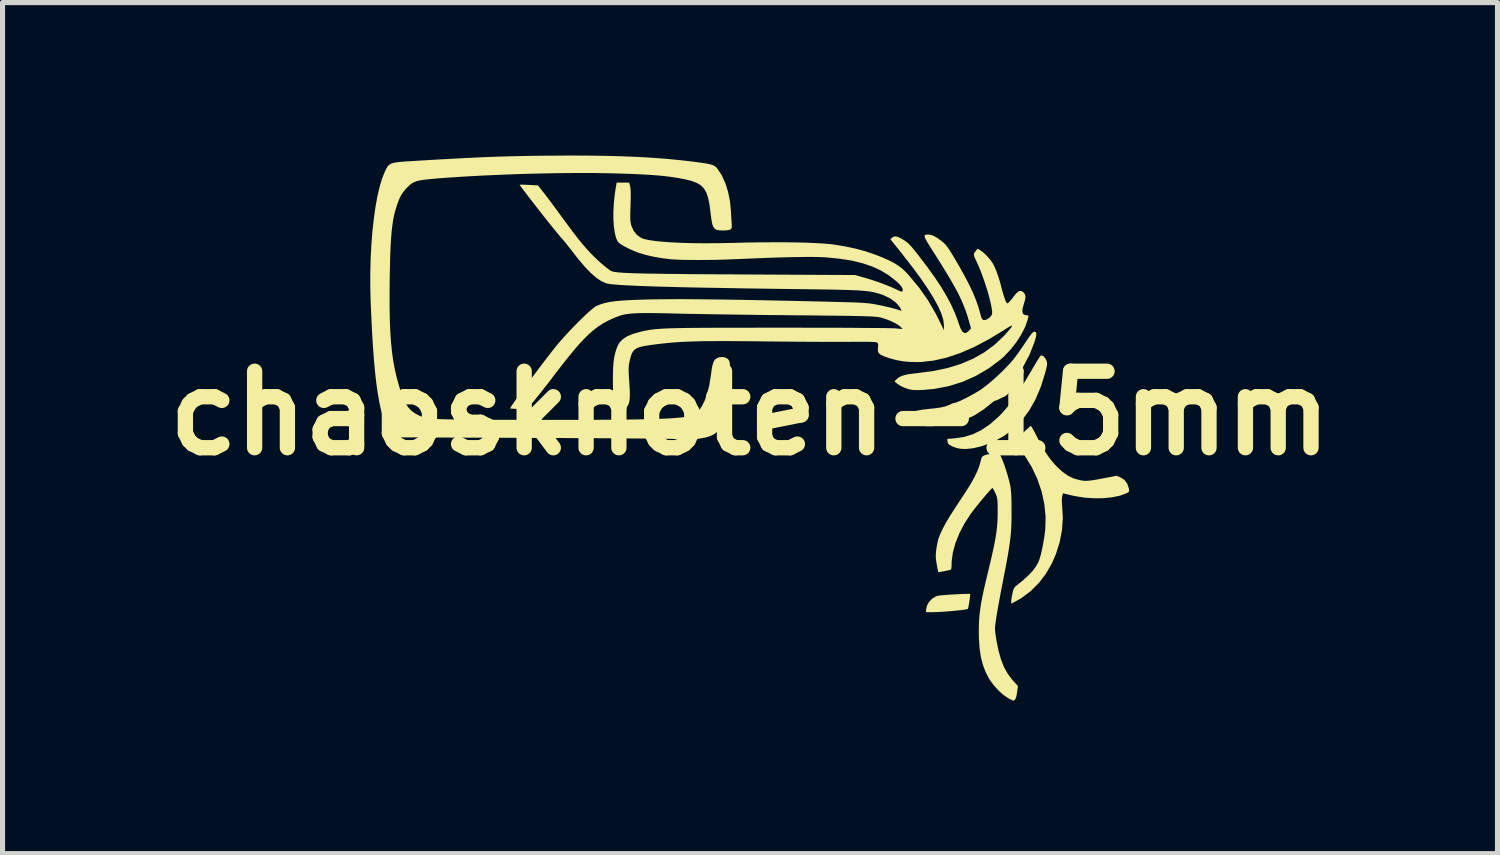
<source format=kicad_pcb>
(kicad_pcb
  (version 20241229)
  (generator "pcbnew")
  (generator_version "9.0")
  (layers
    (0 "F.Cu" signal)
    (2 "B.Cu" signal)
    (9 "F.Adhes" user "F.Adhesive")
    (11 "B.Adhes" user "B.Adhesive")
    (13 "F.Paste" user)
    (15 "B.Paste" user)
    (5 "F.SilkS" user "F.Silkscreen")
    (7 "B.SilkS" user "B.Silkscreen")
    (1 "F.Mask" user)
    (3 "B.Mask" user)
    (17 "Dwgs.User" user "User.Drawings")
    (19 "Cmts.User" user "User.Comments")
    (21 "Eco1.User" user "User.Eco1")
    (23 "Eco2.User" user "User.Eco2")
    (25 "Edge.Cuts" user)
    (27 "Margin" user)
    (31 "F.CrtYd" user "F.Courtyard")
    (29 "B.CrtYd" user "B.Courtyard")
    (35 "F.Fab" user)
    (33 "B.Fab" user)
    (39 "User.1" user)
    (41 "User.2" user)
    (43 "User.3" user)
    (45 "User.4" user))
  (footprint "chaosknoten-15mm"
    (layer "F.Cu")
    (at 11.657 5.051)
    (property "Reference" "chaosknoten-15mm" (at 0 0 0) (layer "F.SilkS") (effects (font (size 1.5 1.5) (thickness 0.3))))
    (attr board_only exclude_from_pos_files exclude_from_bom)
    (fp_poly (pts (xy 4.316 3.545) (xy 4.316 3.545) (xy 4.317 3.563) (xy 4.313 3.604) (xy 4.306 3.659) (xy 4.297 3.72) (xy 4.287 3.776) (xy 4.278 3.819) (xy 4.272 3.839) (xy 4.272 3.839) (xy 4.251 3.846) (xy 4.203 3.854) (xy 4.133 3.863) (xy 4.049 3.872) (xy 3.956 3.881) (xy 3.859 3.889) (xy 3.765 3.896) (xy 3.681 3.9) (xy 3.611 3.902) (xy 3.6 3.903) (xy 3.452 3.903) (xy 3.452 3.858) (xy 3.468 3.778) (xy 3.51 3.702) (xy 3.573 3.637) (xy 3.651 3.591) (xy 3.673 3.583) (xy 3.702 3.578) (xy 3.755 3.572) (xy 3.827 3.566) (xy 3.911 3.56) (xy 4.001 3.555) (xy 4.091 3.55) (xy 4.174 3.546) (xy 4.243 3.544) (xy 4.292 3.543)) (stroke (width 0) (type solid)) (fill yes) (layer "F.SilkS"))
    (fp_poly (pts (xy 5.751 -1.118) (xy 5.791 -1.074) (xy 5.809 -1.036) (xy 5.82 -1.006) (xy 5.825 -0.978) (xy 5.824 -0.945) (xy 5.815 -0.899) (xy 5.799 -0.832) (xy 5.788 -0.79) (xy 5.703 -0.517) (xy 5.598 -0.27) (xy 5.474 -0.051) (xy 5.33 0.142) (xy 5.167 0.307) (xy 4.985 0.445) (xy 4.784 0.556) (xy 4.72 0.584) (xy 4.538 0.65) (xy 4.373 0.689) (xy 4.225 0.704) (xy 4.122 0.698) (xy 4.052 0.683) (xy 3.98 0.658) (xy 3.956 0.647) (xy 3.907 0.619) (xy 3.882 0.592) (xy 3.873 0.558) (xy 3.873 0.556) (xy 3.867 0.505) (xy 4.006 0.495) (xy 4.193 0.468) (xy 4.37 0.414) (xy 4.539 0.331) (xy 4.705 0.218) (xy 4.868 0.075) (xy 4.941 0.001) (xy 5.043 -0.116) (xy 5.149 -0.254) (xy 5.262 -0.417) (xy 5.382 -0.607) (xy 5.513 -0.826) (xy 5.52 -0.838) (xy 5.572 -0.927) (xy 5.619 -1.006) (xy 5.659 -1.069) (xy 5.688 -1.113) (xy 5.705 -1.133) (xy 5.707 -1.134)) (stroke (width 0) (type solid)) (fill yes) (layer "F.SilkS"))
    (fp_poly (pts (xy 5.586 -1.597) (xy 5.607 -1.585) (xy 5.615 -1.557) (xy 5.61 -1.509) (xy 5.591 -1.437) (xy 5.579 -1.397) (xy 5.481 -1.146) (xy 5.353 -0.904) (xy 5.198 -0.673) (xy 5.018 -0.457) (xy 4.816 -0.259) (xy 4.594 -0.083) (xy 4.433 0.023) (xy 4.381 0.053) (xy 4.329 0.078) (xy 4.269 0.101) (xy 4.195 0.125) (xy 4.101 0.151) (xy 4.019 0.172) (xy 3.845 0.213) (xy 3.698 0.241) (xy 3.575 0.256) (xy 3.475 0.257) (xy 3.404 0.249) (xy 3.283 0.21) (xy 3.174 0.145) (xy 3.128 0.106) (xy 3.066 0.046) (xy 3.113 0.014) (xy 3.179 -0.019) (xy 3.268 -0.047) (xy 3.383 -0.068) (xy 3.518 -0.084) (xy 3.644 -0.097) (xy 3.743 -0.112) (xy 3.822 -0.13) (xy 3.887 -0.153) (xy 3.923 -0.169) (xy 3.967 -0.189) (xy 4 -0.2) (xy 4.006 -0.2) (xy 4.04 -0.208) (xy 4.096 -0.23) (xy 4.168 -0.263) (xy 4.251 -0.304) (xy 4.337 -0.35) (xy 4.42 -0.397) (xy 4.495 -0.442) (xy 4.52 -0.458) (xy 4.615 -0.527) (xy 4.724 -0.616) (xy 4.839 -0.718) (xy 4.952 -0.825) (xy 5.056 -0.932) (xy 5.145 -1.03) (xy 5.159 -1.047) (xy 5.204 -1.106) (xy 5.261 -1.182) (xy 5.32 -1.268) (xy 5.377 -1.351) (xy 5.438 -1.442) (xy 5.484 -1.509) (xy 5.519 -1.554) (xy 5.544 -1.582) (xy 5.565 -1.595) (xy 5.582 -1.598)) (stroke (width 0) (type solid)) (fill yes) (layer "F.SilkS"))
    (fp_poly (pts (xy 5.519 0.265) (xy 5.542 0.303) (xy 5.573 0.36) (xy 5.61 0.43) (xy 5.614 0.438) (xy 5.693 0.592) (xy 5.766 0.721) (xy 5.836 0.83) (xy 5.907 0.925) (xy 5.982 1.013) (xy 6.021 1.053) (xy 6.131 1.154) (xy 6.237 1.229) (xy 6.347 1.281) (xy 6.466 1.314) (xy 6.482 1.317) (xy 6.526 1.324) (xy 6.567 1.328) (xy 6.611 1.327) (xy 6.663 1.323) (xy 6.729 1.314) (xy 6.815 1.299) (xy 6.927 1.278) (xy 6.959 1.272) (xy 7.188 1.228) (xy 7.267 1.261) (xy 7.342 1.309) (xy 7.397 1.383) (xy 7.429 1.481) (xy 7.43 1.485) (xy 7.434 1.525) (xy 7.422 1.549) (xy 7.387 1.569) (xy 7.385 1.57) (xy 7.256 1.618) (xy 7.102 1.65) (xy 6.931 1.668) (xy 6.748 1.67) (xy 6.559 1.657) (xy 6.371 1.627) (xy 6.293 1.61) (xy 6.137 1.572) (xy 6.121 1.634) (xy 6.113 1.704) (xy 6.118 1.801) (xy 6.12 1.819) (xy 6.134 2.051) (xy 6.118 2.29) (xy 6.072 2.53) (xy 5.997 2.767) (xy 5.919 2.946) (xy 5.802 3.149) (xy 5.662 3.333) (xy 5.5 3.493) (xy 5.32 3.627) (xy 5.191 3.7) (xy 5.12 3.736) (xy 5.121 3.699) (xy 5.124 3.663) (xy 5.132 3.608) (xy 5.144 3.544) (xy 5.159 3.478) (xy 5.175 3.435) (xy 5.199 3.404) (xy 5.22 3.386) (xy 5.352 3.279) (xy 5.457 3.184) (xy 5.54 3.096) (xy 5.604 3.011) (xy 5.652 2.926) (xy 5.655 2.92) (xy 5.678 2.859) (xy 5.703 2.771) (xy 5.727 2.666) (xy 5.75 2.55) (xy 5.77 2.43) (xy 5.785 2.315) (xy 5.789 2.279) (xy 5.796 2.032) (xy 5.771 1.783) (xy 5.717 1.533) (xy 5.633 1.289) (xy 5.522 1.053) (xy 5.384 0.829) (xy 5.28 0.692) (xy 5.171 0.559) (xy 5.333 0.405) (xy 5.394 0.349) (xy 5.446 0.301) (xy 5.485 0.267) (xy 5.506 0.252) (xy 5.508 0.251)) (stroke (width 0) (type solid)) (fill yes) (layer "F.SilkS"))
    (fp_poly (pts (xy 4.917 0.845) (xy 4.948 0.915) (xy 4.984 1.009) (xy 5.02 1.116) (xy 5.054 1.226) (xy 5.082 1.331) (xy 5.097 1.393) (xy 5.108 1.45) (xy 5.116 1.51) (xy 5.121 1.577) (xy 5.125 1.658) (xy 5.127 1.76) (xy 5.128 1.886) (xy 5.128 1.935) (xy 5.128 2.049) (xy 5.126 2.152) (xy 5.122 2.248) (xy 5.116 2.341) (xy 5.107 2.436) (xy 5.095 2.537) (xy 5.078 2.649) (xy 5.058 2.774) (xy 5.032 2.918) (xy 5 3.086) (xy 4.962 3.281) (xy 4.953 3.33) (xy 4.926 3.468) (xy 4.9 3.605) (xy 4.876 3.736) (xy 4.855 3.854) (xy 4.838 3.953) (xy 4.826 4.027) (xy 4.825 4.036) (xy 4.813 4.117) (xy 4.806 4.179) (xy 4.804 4.232) (xy 4.807 4.284) (xy 4.815 4.346) (xy 4.828 4.428) (xy 4.833 4.461) (xy 4.874 4.662) (xy 4.923 4.835) (xy 4.982 4.983) (xy 5.054 5.112) (xy 5.139 5.225) (xy 5.157 5.245) (xy 5.253 5.35) (xy 5.238 5.469) (xy 5.223 5.554) (xy 5.204 5.608) (xy 5.178 5.634) (xy 5.164 5.637) (xy 5.14 5.629) (xy 5.098 5.609) (xy 5.056 5.586) (xy 4.967 5.524) (xy 4.874 5.44) (xy 4.786 5.344) (xy 4.711 5.244) (xy 4.689 5.21) (xy 4.619 5.075) (xy 4.565 4.933) (xy 4.526 4.779) (xy 4.501 4.606) (xy 4.488 4.41) (xy 4.486 4.284) (xy 4.488 4.17) (xy 4.492 4.063) (xy 4.5 3.958) (xy 4.513 3.851) (xy 4.53 3.735) (xy 4.554 3.608) (xy 4.585 3.462) (xy 4.624 3.294) (xy 4.67 3.102) (xy 4.717 2.905) (xy 4.756 2.735) (xy 4.787 2.588) (xy 4.812 2.459) (xy 4.83 2.344) (xy 4.843 2.238) (xy 4.851 2.136) (xy 4.855 2.034) (xy 4.856 1.931) (xy 4.856 1.831) (xy 4.854 1.757) (xy 4.851 1.703) (xy 4.844 1.661) (xy 4.834 1.625) (xy 4.819 1.587) (xy 4.811 1.569) (xy 4.786 1.518) (xy 4.766 1.481) (xy 4.755 1.468) (xy 4.739 1.48) (xy 4.706 1.514) (xy 4.66 1.565) (xy 4.605 1.629) (xy 4.545 1.7) (xy 4.484 1.775) (xy 4.424 1.849) (xy 4.371 1.917) (xy 4.328 1.975) (xy 4.327 1.976) (xy 4.205 2.165) (xy 4.105 2.356) (xy 4.029 2.547) (xy 3.978 2.731) (xy 3.954 2.906) (xy 3.953 2.96) (xy 3.951 3.02) (xy 3.945 3.055) (xy 3.932 3.071) (xy 3.923 3.075) (xy 3.898 3.081) (xy 3.853 3.09) (xy 3.798 3.101) (xy 3.746 3.11) (xy 3.707 3.117) (xy 3.693 3.119) (xy 3.689 3.104) (xy 3.68 3.065) (xy 3.67 3.011) (xy 3.659 2.95) (xy 3.65 2.893) (xy 3.645 2.857) (xy 3.642 2.788) (xy 3.649 2.7) (xy 3.663 2.604) (xy 3.682 2.511) (xy 3.696 2.46) (xy 3.73 2.37) (xy 3.778 2.268) (xy 3.84 2.152) (xy 3.92 2.018) (xy 4.019 1.863) (xy 4.098 1.743) (xy 4.201 1.587) (xy 4.286 1.454) (xy 4.355 1.34) (xy 4.409 1.239) (xy 4.452 1.148) (xy 4.486 1.064) (xy 4.512 0.982) (xy 4.526 0.927) (xy 4.54 0.877) (xy 4.559 0.848) (xy 4.591 0.83) (xy 4.611 0.822) (xy 4.666 0.808) (xy 4.736 0.795) (xy 4.781 0.789) (xy 4.884 0.779)) (stroke (width 0) (type solid)) (fill yes) (layer "F.SilkS"))
    (fp_poly (pts (xy -3.184 -5.05) (xy -2.834 -5.045) (xy -2.507 -5.036) (xy -2.201 -5.024) (xy -1.912 -5.007) (xy -1.639 -4.987) (xy -1.376 -4.961) (xy -1.122 -4.932) (xy -0.959 -4.91) (xy -0.858 -4.895) (xy -0.785 -4.88) (xy -0.732 -4.864) (xy -0.693 -4.845) (xy -0.661 -4.819) (xy -0.636 -4.788) (xy -0.554 -4.663) (xy -0.485 -4.512) (xy -0.431 -4.341) (xy -0.393 -4.156) (xy -0.374 -3.964) (xy -0.374 -3.961) (xy -0.37 -3.878) (xy -0.365 -3.796) (xy -0.361 -3.729) (xy -0.359 -3.707) (xy -0.357 -3.654) (xy -0.363 -3.623) (xy -0.379 -3.605) (xy -0.389 -3.599) (xy -0.424 -3.59) (xy -0.48 -3.583) (xy -0.54 -3.582) (xy -0.605 -3.585) (xy -0.655 -3.595) (xy -0.692 -3.616) (xy -0.719 -3.651) (xy -0.74 -3.706) (xy -0.755 -3.784) (xy -0.77 -3.889) (xy -0.776 -3.942) (xy -0.796 -4.098) (xy -0.823 -4.225) (xy -0.857 -4.326) (xy -0.904 -4.405) (xy -0.964 -4.467) (xy -1.043 -4.514) (xy -1.143 -4.552) (xy -1.266 -4.583) (xy -1.289 -4.588) (xy -1.406 -4.61) (xy -1.527 -4.629) (xy -1.657 -4.646) (xy -1.799 -4.66) (xy -1.957 -4.672) (xy -2.134 -4.682) (xy -2.336 -4.691) (xy -2.564 -4.698) (xy -2.693 -4.702) (xy -3.016 -4.708) (xy -3.365 -4.709) (xy -3.733 -4.706) (xy -4.115 -4.699) (xy -4.504 -4.689) (xy -4.893 -4.674) (xy -5.275 -4.657) (xy -5.645 -4.636) (xy -5.995 -4.613) (xy -6.114 -4.603) (xy -6.256 -4.591) (xy -6.37 -4.579) (xy -6.46 -4.566) (xy -6.532 -4.55) (xy -6.589 -4.529) (xy -6.637 -4.502) (xy -6.68 -4.467) (xy -6.724 -4.423) (xy -6.745 -4.401) (xy -6.797 -4.339) (xy -6.837 -4.281) (xy -6.871 -4.216) (xy -6.903 -4.134) (xy -6.927 -4.066) (xy -6.954 -3.978) (xy -6.977 -3.888) (xy -6.997 -3.791) (xy -7.013 -3.684) (xy -7.027 -3.565) (xy -7.038 -3.429) (xy -7.048 -3.273) (xy -7.055 -3.095) (xy -7.06 -2.891) (xy -7.065 -2.657) (xy -7.066 -2.602) (xy -7.068 -2.305) (xy -7.067 -2.038) (xy -7.062 -1.797) (xy -7.053 -1.579) (xy -7.039 -1.38) (xy -7.02 -1.196) (xy -6.996 -1.025) (xy -6.966 -0.862) (xy -6.93 -0.705) (xy -6.887 -0.549) (xy -6.861 -0.46) (xy -6.812 -0.32) (xy -6.762 -0.207) (xy -6.707 -0.119) (xy -6.643 -0.049) (xy -6.567 0.006) (xy -6.493 0.045) (xy -6.466 0.058) (xy -6.438 0.069) (xy -6.41 0.079) (xy -6.378 0.087) (xy -6.342 0.095) (xy -6.298 0.102) (xy -6.246 0.108) (xy -6.183 0.113) (xy -6.107 0.117) (xy -6.017 0.12) (xy -5.91 0.123) (xy -5.785 0.125) (xy -5.64 0.127) (xy -5.473 0.129) (xy -5.281 0.13) (xy -5.064 0.13) (xy -4.819 0.131) (xy -4.545 0.131) (xy -4.253 0.132) (xy -3.871 0.132) (xy -3.521 0.132) (xy -3.201 0.131) (xy -2.911 0.13) (xy -2.648 0.128) (xy -2.412 0.126) (xy -2.2 0.123) (xy -2.012 0.119) (xy -1.845 0.114) (xy -1.699 0.109) (xy -1.573 0.103) (xy -1.463 0.095) (xy -1.37 0.087) (xy -1.292 0.078) (xy -1.228 0.067) (xy -1.175 0.056) (xy -1.132 0.043) (xy -1.099 0.029) (xy -1.087 0.023) (xy -1.015 -0.037) (xy -0.948 -0.128) (xy -0.889 -0.245) (xy -0.839 -0.387) (xy -0.798 -0.551) (xy -0.769 -0.734) (xy -0.767 -0.742) (xy -0.753 -0.852) (xy -0.737 -0.935) (xy -0.72 -0.994) (xy -0.699 -1.035) (xy -0.673 -1.063) (xy -0.666 -1.068) (xy -0.604 -1.096) (xy -0.535 -1.101) (xy -0.471 -1.085) (xy -0.432 -1.058) (xy -0.416 -1.038) (xy -0.405 -1.018) (xy -0.398 -0.989) (xy -0.394 -0.946) (xy -0.393 -0.883) (xy -0.393 -0.795) (xy -0.396 -0.671) (xy -0.404 -0.563) (xy -0.421 -0.452) (xy -0.439 -0.359) (xy -0.471 -0.212) (xy -0.503 -0.073) (xy -0.534 0.053) (xy -0.564 0.162) (xy -0.59 0.251) (xy -0.612 0.314) (xy -0.629 0.349) (xy -0.684 0.4) (xy -0.765 0.444) (xy -0.868 0.477) (xy -0.986 0.499) (xy -0.992 0.5) (xy -1.066 0.507) (xy -1.151 0.512) (xy -1.238 0.515) (xy -1.322 0.517) (xy -1.396 0.516) (xy -1.452 0.514) (xy -1.484 0.509) (xy -1.489 0.507) (xy -1.506 0.506) (xy -1.555 0.505) (xy -1.634 0.503) (xy -1.741 0.502) (xy -1.875 0.5) (xy -2.032 0.499) (xy -2.213 0.497) (xy -2.415 0.496) (xy -2.636 0.494) (xy -2.874 0.493) (xy -3.129 0.491) (xy -3.397 0.49) (xy -3.678 0.488) (xy -3.969 0.487) (xy -4.214 0.486) (xy -6.93 0.475) (xy -6.992 0.436) (xy -7.03 0.406) (xy -7.066 0.362) (xy -7.103 0.297) (xy -7.121 0.261) (xy -7.164 0.165) (xy -7.202 0.054) (xy -7.238 -0.073) (xy -7.27 -0.219) (xy -7.299 -0.384) (xy -7.326 -0.571) (xy -7.35 -0.781) (xy -7.372 -1.015) (xy -7.392 -1.277) (xy -7.41 -1.567) (xy -7.426 -1.887) (xy -7.439 -2.187) (xy -7.446 -2.469) (xy -7.446 -2.75) (xy -7.439 -3.027) (xy -7.425 -3.297) (xy -7.405 -3.558) (xy -7.378 -3.804) (xy -7.346 -4.034) (xy -7.308 -4.244) (xy -7.265 -4.431) (xy -7.218 -4.591) (xy -7.166 -4.722) (xy -7.162 -4.731) (xy -7.139 -4.778) (xy -7.119 -4.817) (xy -7.098 -4.849) (xy -7.071 -4.873) (xy -7.037 -4.892) (xy -6.991 -4.907) (xy -6.929 -4.918) (xy -6.849 -4.927) (xy -6.746 -4.935) (xy -6.617 -4.943) (xy -6.459 -4.953) (xy -6.451 -4.953) (xy -6.168 -4.97) (xy -5.913 -4.984) (xy -5.684 -4.997) (xy -5.474 -5.007) (xy -5.281 -5.016) (xy -5.099 -5.024) (xy -4.925 -5.03) (xy -4.753 -5.035) (xy -4.581 -5.039) (xy -4.403 -5.043) (xy -4.215 -5.046) (xy -4.013 -5.048) (xy -3.969 -5.048) (xy -3.562 -5.051)) (stroke (width 0) (type solid)) (fill yes) (layer "F.SilkS"))
    (fp_poly (pts (xy -2.35 -4.449) (xy -2.343 -4.402) (xy -2.339 -4.33) (xy -2.339 -4.231) (xy -2.342 -4.102) (xy -2.343 -4.075) (xy -2.347 -3.961) (xy -2.349 -3.874) (xy -2.348 -3.808) (xy -2.344 -3.757) (xy -2.337 -3.715) (xy -2.328 -3.679) (xy -2.284 -3.579) (xy -2.218 -3.495) (xy -2.136 -3.436) (xy -2.072 -3.413) (xy -1.978 -3.393) (xy -1.854 -3.375) (xy -1.705 -3.36) (xy -1.531 -3.348) (xy -1.337 -3.339) (xy -1.123 -3.333) (xy -0.893 -3.331) (xy -0.649 -3.332) (xy -0.393 -3.337) (xy -0.334 -3.338) (xy -0.065 -3.345) (xy 0.196 -3.349) (xy 0.448 -3.35) (xy 0.687 -3.35) (xy 0.909 -3.347) (xy 1.113 -3.342) (xy 1.294 -3.334) (xy 1.451 -3.325) (xy 1.579 -3.314) (xy 1.651 -3.305) (xy 1.877 -3.267) (xy 2.079 -3.223) (xy 2.265 -3.173) (xy 2.444 -3.112) (xy 2.585 -3.057) (xy 2.717 -2.999) (xy 2.823 -2.945) (xy 2.912 -2.889) (xy 2.991 -2.828) (xy 3.066 -2.756) (xy 3.11 -2.707) (xy 3.315 -2.461) (xy 3.492 -2.209) (xy 3.645 -1.945) (xy 3.705 -1.826) (xy 3.802 -1.626) (xy 3.802 -1.729) (xy 3.79 -1.83) (xy 3.752 -1.951) (xy 3.69 -2.092) (xy 3.601 -2.254) (xy 3.488 -2.436) (xy 3.349 -2.64) (xy 3.184 -2.863) (xy 2.994 -3.108) (xy 2.906 -3.219) (xy 2.751 -3.411) (xy 2.786 -3.44) (xy 2.822 -3.461) (xy 2.86 -3.466) (xy 2.908 -3.453) (xy 2.972 -3.42) (xy 3.003 -3.401) (xy 3.047 -3.373) (xy 3.087 -3.343) (xy 3.127 -3.305) (xy 3.173 -3.255) (xy 3.228 -3.188) (xy 3.298 -3.099) (xy 3.306 -3.089) (xy 3.475 -2.868) (xy 3.62 -2.666) (xy 3.745 -2.479) (xy 3.85 -2.303) (xy 3.939 -2.136) (xy 4.013 -1.974) (xy 4.075 -1.813) (xy 4.094 -1.754) (xy 4.128 -1.662) (xy 4.162 -1.602) (xy 4.198 -1.573) (xy 4.236 -1.573) (xy 4.28 -1.603) (xy 4.29 -1.614) (xy 4.334 -1.659) (xy 4.294 -1.801) (xy 4.261 -1.912) (xy 4.225 -2.019) (xy 4.184 -2.124) (xy 4.137 -2.233) (xy 4.082 -2.347) (xy 4.016 -2.47) (xy 3.939 -2.606) (xy 3.847 -2.759) (xy 3.741 -2.932) (xy 3.617 -3.128) (xy 3.598 -3.158) (xy 3.53 -3.265) (xy 3.48 -3.347) (xy 3.445 -3.407) (xy 3.426 -3.449) (xy 3.422 -3.477) (xy 3.43 -3.492) (xy 3.451 -3.5) (xy 3.484 -3.502) (xy 3.499 -3.502) (xy 3.551 -3.495) (xy 3.608 -3.473) (xy 3.676 -3.433) (xy 3.756 -3.374) (xy 3.804 -3.334) (xy 3.848 -3.287) (xy 3.893 -3.226) (xy 3.945 -3.145) (xy 3.964 -3.114) (xy 4.091 -2.9) (xy 4.198 -2.708) (xy 4.289 -2.535) (xy 4.364 -2.378) (xy 4.424 -2.234) (xy 4.473 -2.098) (xy 4.508 -1.976) (xy 4.527 -1.905) (xy 4.544 -1.86) (xy 4.56 -1.836) (xy 4.579 -1.824) (xy 4.582 -1.824) (xy 4.622 -1.828) (xy 4.669 -1.852) (xy 4.713 -1.888) (xy 4.741 -1.928) (xy 4.745 -1.94) (xy 4.748 -1.988) (xy 4.738 -2.063) (xy 4.719 -2.158) (xy 4.692 -2.269) (xy 4.658 -2.391) (xy 4.618 -2.518) (xy 4.574 -2.647) (xy 4.528 -2.771) (xy 4.481 -2.887) (xy 4.435 -2.988) (xy 4.427 -3.003) (xy 4.4 -3.063) (xy 4.389 -3.104) (xy 4.396 -3.137) (xy 4.42 -3.172) (xy 4.425 -3.179) (xy 4.465 -3.225) (xy 4.521 -3.189) (xy 4.585 -3.141) (xy 4.654 -3.073) (xy 4.718 -2.999) (xy 4.757 -2.943) (xy 4.793 -2.875) (xy 4.831 -2.784) (xy 4.868 -2.679) (xy 4.902 -2.57) (xy 4.912 -2.532) (xy 4.948 -2.396) (xy 4.98 -2.289) (xy 5.007 -2.212) (xy 5.029 -2.166) (xy 5.046 -2.151) (xy 5.066 -2.164) (xy 5.1 -2.198) (xy 5.14 -2.247) (xy 5.156 -2.268) (xy 5.212 -2.339) (xy 5.258 -2.382) (xy 5.297 -2.397) (xy 5.335 -2.389) (xy 5.363 -2.367) (xy 5.391 -2.331) (xy 5.402 -2.286) (xy 5.395 -2.227) (xy 5.371 -2.146) (xy 5.37 -2.143) (xy 5.345 -2.053) (xy 5.34 -1.987) (xy 5.356 -1.944) (xy 5.395 -1.922) (xy 5.434 -1.918) (xy 5.453 -1.916) (xy 5.459 -1.904) (xy 5.456 -1.876) (xy 5.444 -1.83) (xy 5.395 -1.691) (xy 5.32 -1.543) (xy 5.225 -1.394) (xy 5.113 -1.251) (xy 4.99 -1.12) (xy 4.914 -1.052) (xy 4.68 -0.877) (xy 4.431 -0.731) (xy 4.169 -0.614) (xy 3.896 -0.529) (xy 3.614 -0.475) (xy 3.39 -0.455) (xy 3.299 -0.452) (xy 3.231 -0.452) (xy 3.178 -0.456) (xy 3.129 -0.466) (xy 3.076 -0.481) (xy 3.071 -0.483) (xy 3.003 -0.509) (xy 2.938 -0.542) (xy 2.895 -0.571) (xy 2.833 -0.621) (xy 2.879 -0.67) (xy 2.924 -0.705) (xy 2.986 -0.733) (xy 3.068 -0.756) (xy 3.177 -0.773) (xy 3.275 -0.784) (xy 3.587 -0.824) (xy 3.872 -0.884) (xy 4.134 -0.965) (xy 4.374 -1.067) (xy 4.592 -1.191) (xy 4.792 -1.338) (xy 4.974 -1.509) (xy 5.041 -1.583) (xy 5.097 -1.649) (xy 5.13 -1.692) (xy 5.139 -1.714) (xy 5.123 -1.714) (xy 5.082 -1.693) (xy 5.015 -1.652) (xy 4.981 -1.629) (xy 4.684 -1.449) (xy 4.398 -1.298) (xy 4.122 -1.178) (xy 3.858 -1.089) (xy 3.604 -1.031) (xy 3.363 -1.003) (xy 3.27 -1.001) (xy 3.119 -1.005) (xy 2.987 -1.018) (xy 2.861 -1.042) (xy 2.728 -1.079) (xy 2.711 -1.085) (xy 2.622 -1.116) (xy 2.561 -1.145) (xy 2.525 -1.177) (xy 2.508 -1.215) (xy 2.507 -1.265) (xy 2.51 -1.288) (xy 2.514 -1.341) (xy 2.505 -1.372) (xy 2.496 -1.382) (xy 2.48 -1.388) (xy 2.449 -1.393) (xy 2.398 -1.396) (xy 2.326 -1.398) (xy 2.228 -1.399) (xy 2.103 -1.399) (xy 1.957 -1.398) (xy 1.85 -1.397) (xy 1.715 -1.397) (xy 1.555 -1.397) (xy 1.375 -1.398) (xy 1.179 -1.399) (xy 0.971 -1.4) (xy 0.756 -1.402) (xy 0.538 -1.404) (xy 0.322 -1.406) (xy 0.242 -1.407) (xy -0.041 -1.41) (xy -0.294 -1.412) (xy -0.52 -1.413) (xy -0.722 -1.412) (xy -0.903 -1.411) (xy -1.065 -1.407) (xy -1.214 -1.402) (xy -1.35 -1.396) (xy -1.478 -1.387) (xy -1.6 -1.377) (xy -1.72 -1.364) (xy -1.84 -1.35) (xy -1.96 -1.334) (xy -2.077 -1.315) (xy -2.166 -1.294) (xy -2.232 -1.267) (xy -2.28 -1.229) (xy -2.314 -1.178) (xy -2.34 -1.108) (xy -2.362 -1.016) (xy -2.362 -1.015) (xy -2.372 -0.964) (xy -2.378 -0.916) (xy -2.381 -0.863) (xy -2.379 -0.799) (xy -2.375 -0.715) (xy -2.368 -0.614) (xy -2.359 -0.467) (xy -2.356 -0.35) (xy -2.361 -0.26) (xy -2.375 -0.192) (xy -2.397 -0.144) (xy -2.429 -0.113) (xy -2.472 -0.095) (xy -2.496 -0.091) (xy -2.552 -0.087) (xy -2.604 -0.093) (xy -2.613 -0.096) (xy -2.634 -0.106) (xy -2.651 -0.125) (xy -2.664 -0.155) (xy -2.673 -0.2) (xy -2.68 -0.263) (xy -2.685 -0.349) (xy -2.687 -0.461) (xy -2.689 -0.603) (xy -2.689 -0.617) (xy -2.688 -0.771) (xy -2.684 -0.898) (xy -2.676 -1.004) (xy -2.662 -1.097) (xy -2.643 -1.182) (xy -2.616 -1.266) (xy -2.603 -1.304) (xy -2.56 -1.383) (xy -2.494 -1.451) (xy -2.404 -1.509) (xy -2.286 -1.557) (xy -2.138 -1.598) (xy -2.135 -1.599) (xy -2.088 -1.61) (xy -2.042 -1.619) (xy -1.995 -1.628) (xy -1.947 -1.635) (xy -1.893 -1.642) (xy -1.834 -1.648) (xy -1.767 -1.653) (xy -1.69 -1.658) (xy -1.601 -1.662) (xy -1.498 -1.665) (xy -1.38 -1.668) (xy -1.244 -1.67) (xy -1.09 -1.672) (xy -0.914 -1.673) (xy -0.715 -1.674) (xy -0.492 -1.675) (xy -0.242 -1.675) (xy 0.037 -1.675) (xy 0.346 -1.676) (xy 0.542 -1.676) (xy 0.809 -1.676) (xy 1.069 -1.675) (xy 1.32 -1.675) (xy 1.559 -1.674) (xy 1.785 -1.674) (xy 1.994 -1.673) (xy 2.186 -1.671) (xy 2.357 -1.67) (xy 2.506 -1.669) (xy 2.63 -1.668) (xy 2.728 -1.666) (xy 2.797 -1.664) (xy 2.834 -1.663) (xy 2.835 -1.663) (xy 2.993 -1.649) (xy 2.954 -1.691) (xy 2.906 -1.729) (xy 2.834 -1.771) (xy 2.747 -1.812) (xy 2.655 -1.847) (xy 2.565 -1.874) (xy 2.552 -1.877) (xy 2.527 -1.882) (xy 2.497 -1.886) (xy 2.459 -1.89) (xy 2.412 -1.893) (xy 2.353 -1.897) (xy 2.281 -1.899) (xy 2.193 -1.902) (xy 2.087 -1.904) (xy 1.96 -1.907) (xy 1.812 -1.909) (xy 1.638 -1.911) (xy 1.439 -1.913) (xy 1.21 -1.916) (xy 0.951 -1.918) (xy 0.901 -1.918) (xy 0.655 -1.921) (xy 0.402 -1.923) (xy 0.146 -1.926) (xy -0.108 -1.93) (xy -0.356 -1.933) (xy -0.594 -1.937) (xy -0.818 -1.94) (xy -1.023 -1.944) (xy -1.205 -1.947) (xy -1.361 -1.95) (xy -1.421 -1.952) (xy -1.631 -1.957) (xy -1.811 -1.96) (xy -1.964 -1.962) (xy -2.094 -1.962) (xy -2.203 -1.96) (xy -2.295 -1.955) (xy -2.374 -1.948) (xy -2.442 -1.938) (xy -2.503 -1.925) (xy -2.56 -1.908) (xy -2.616 -1.887) (xy -2.674 -1.863) (xy -2.693 -1.855) (xy -2.789 -1.81) (xy -2.879 -1.761) (xy -2.965 -1.706) (xy -3.051 -1.642) (xy -3.139 -1.568) (xy -3.23 -1.48) (xy -3.328 -1.377) (xy -3.434 -1.256) (xy -3.55 -1.115) (xy -3.68 -0.952) (xy -3.825 -0.764) (xy -3.892 -0.675) (xy -3.968 -0.576) (xy -4.046 -0.477) (xy -4.12 -0.383) (xy -4.185 -0.302) (xy -4.237 -0.239) (xy -4.252 -0.221) (xy -4.371 -0.083) (xy -4.537 -0.083) (xy -4.607 -0.084) (xy -4.662 -0.087) (xy -4.696 -0.091) (xy -4.703 -0.094) (xy -4.693 -0.114) (xy -4.666 -0.157) (xy -4.622 -0.22) (xy -4.566 -0.3) (xy -4.498 -0.393) (xy -4.422 -0.498) (xy -4.34 -0.609) (xy -4.254 -0.725) (xy -4.166 -0.842) (xy -4.08 -0.956) (xy -3.996 -1.066) (xy -3.919 -1.166) (xy -3.849 -1.255) (xy -3.789 -1.33) (xy -3.772 -1.351) (xy -3.696 -1.439) (xy -3.611 -1.534) (xy -3.519 -1.632) (xy -3.424 -1.73) (xy -3.331 -1.824) (xy -3.242 -1.91) (xy -3.162 -1.984) (xy -3.093 -2.043) (xy -3.041 -2.084) (xy -3.018 -2.098) (xy -2.942 -2.13) (xy -2.86 -2.156) (xy -2.767 -2.177) (xy -2.657 -2.193) (xy -2.526 -2.206) (xy -2.369 -2.216) (xy -2.31 -2.218) (xy -2.179 -2.223) (xy -2.04 -2.228) (xy -1.892 -2.231) (xy -1.732 -2.233) (xy -1.558 -2.234) (xy -1.37 -2.235) (xy -1.165 -2.234) (xy -0.942 -2.232) (xy -0.698 -2.229) (xy -0.433 -2.226) (xy -0.144 -2.221) (xy 0.17 -2.215) (xy 0.512 -2.208) (xy 0.882 -2.2) (xy 1.283 -2.191) (xy 1.534 -2.185) (xy 1.714 -2.18) (xy 1.865 -2.176) (xy 1.989 -2.173) (xy 2.092 -2.169) (xy 2.177 -2.165) (xy 2.248 -2.16) (xy 2.308 -2.155) (xy 2.361 -2.149) (xy 2.412 -2.141) (xy 2.464 -2.132) (xy 2.52 -2.121) (xy 2.535 -2.118) (xy 2.63 -2.098) (xy 2.723 -2.076) (xy 2.803 -2.056) (xy 2.862 -2.04) (xy 2.873 -2.036) (xy 2.923 -2.02) (xy 2.958 -2.011) (xy 2.969 -2.011) (xy 2.957 -2.044) (xy 2.928 -2.09) (xy 2.887 -2.139) (xy 2.854 -2.173) (xy 2.745 -2.252) (xy 2.612 -2.315) (xy 2.536 -2.341) (xy 2.492 -2.354) (xy 2.45 -2.365) (xy 2.405 -2.375) (xy 2.357 -2.383) (xy 2.304 -2.391) (xy 2.241 -2.397) (xy 2.168 -2.403) (xy 2.081 -2.408) (xy 1.979 -2.412) (xy 1.86 -2.416) (xy 1.719 -2.42) (xy 1.557 -2.423) (xy 1.369 -2.426) (xy 1.154 -2.429) (xy 0.91 -2.432) (xy 0.759 -2.434) (xy 0.312 -2.44) (xy -0.101 -2.446) (xy -0.483 -2.453) (xy -0.833 -2.459) (xy -1.153 -2.465) (xy -1.442 -2.472) (xy -1.703 -2.479) (xy -1.934 -2.486) (xy -2.138 -2.493) (xy -2.314 -2.501) (xy -2.464 -2.508) (xy -2.587 -2.516) (xy -2.686 -2.525) (xy -2.759 -2.533) (xy -2.809 -2.542) (xy -2.821 -2.546) (xy -2.913 -2.586) (xy -3.011 -2.652) (xy -3.118 -2.744) (xy -3.235 -2.865) (xy -3.362 -3.014) (xy -3.449 -3.125) (xy -3.514 -3.21) (xy -3.58 -3.293) (xy -3.64 -3.367) (xy -3.689 -3.425) (xy -3.712 -3.451) (xy -3.743 -3.487) (xy -3.789 -3.542) (xy -3.847 -3.613) (xy -3.914 -3.696) (xy -3.988 -3.789) (xy -4.066 -3.888) (xy -4.145 -3.989) (xy -4.223 -4.089) (xy -4.297 -4.184) (xy -4.365 -4.272) (xy -4.423 -4.348) (xy -4.47 -4.41) (xy -4.502 -4.454) (xy -4.516 -4.476) (xy -4.517 -4.478) (xy -4.498 -4.48) (xy -4.454 -4.48) (xy -4.39 -4.478) (xy -4.333 -4.475) (xy -4.157 -4.465) (xy -4.032 -4.305) (xy -3.981 -4.239) (xy -3.917 -4.154) (xy -3.845 -4.057) (xy -3.771 -3.956) (xy -3.701 -3.861) (xy -3.577 -3.692) (xy -3.469 -3.547) (xy -3.373 -3.423) (xy -3.286 -3.316) (xy -3.205 -3.223) (xy -3.129 -3.139) (xy -3.12 -3.13) (xy -3.049 -3.059) (xy -2.972 -2.986) (xy -2.894 -2.917) (xy -2.821 -2.857) (xy -2.76 -2.811) (xy -2.723 -2.787) (xy -2.705 -2.78) (xy -2.679 -2.773) (xy -2.644 -2.767) (xy -2.598 -2.761) (xy -2.539 -2.756) (xy -2.467 -2.751) (xy -2.38 -2.747) (xy -2.275 -2.743) (xy -2.152 -2.74) (xy -2.009 -2.736) (xy -1.845 -2.734) (xy -1.657 -2.731) (xy -1.444 -2.729) (xy -1.205 -2.726) (xy -0.939 -2.724) (xy -0.643 -2.722) (xy -0.316 -2.721) (xy -0.108 -2.719) (xy 2.06 -2.708) (xy 2.243 -2.656) (xy 2.381 -2.615) (xy 2.523 -2.567) (xy 2.66 -2.516) (xy 2.783 -2.466) (xy 2.879 -2.421) (xy 2.935 -2.394) (xy 2.969 -2.383) (xy 2.986 -2.386) (xy 2.992 -2.394) (xy 2.994 -2.433) (xy 2.971 -2.479) (xy 2.923 -2.536) (xy 2.866 -2.589) (xy 2.722 -2.701) (xy 2.566 -2.797) (xy 2.394 -2.876) (xy 2.204 -2.94) (xy 1.993 -2.991) (xy 1.756 -3.028) (xy 1.491 -3.054) (xy 1.484 -3.055) (xy 1.372 -3.06) (xy 1.227 -3.063) (xy 1.049 -3.062) (xy 0.84 -3.059) (xy 0.599 -3.053) (xy 0.326 -3.044) (xy 0.023 -3.032) (xy -0.311 -3.018) (xy -0.317 -3.018) (xy -0.486 -3.011) (xy -0.663 -3.006) (xy -0.841 -3.004) (xy -1.015 -3.003) (xy -1.178 -3.004) (xy -1.327 -3.006) (xy -1.454 -3.011) (xy -1.555 -3.017) (xy -1.57 -3.019) (xy -1.729 -3.039) (xy -1.889 -3.067) (xy -2.04 -3.101) (xy -2.171 -3.14) (xy -2.192 -3.147) (xy -2.283 -3.183) (xy -2.373 -3.223) (xy -2.456 -3.266) (xy -2.525 -3.306) (xy -2.574 -3.342) (xy -2.592 -3.361) (xy -2.627 -3.435) (xy -2.652 -3.537) (xy -2.67 -3.661) (xy -2.679 -3.804) (xy -2.679 -3.96) (xy -2.67 -4.125) (xy -2.652 -4.294) (xy -2.634 -4.411) (xy -2.615 -4.52) (xy -2.492 -4.52) (xy -2.37 -4.52)) (stroke (width 0) (type solid)) (fill yes) (layer "F.SilkS")))
  (gr_rect
    (start -3 -3)
    (end 26.314 13.688)
    (stroke (width 0.1) (type default))
    (fill no)
    (layer "Edge.Cuts")))
</source>
